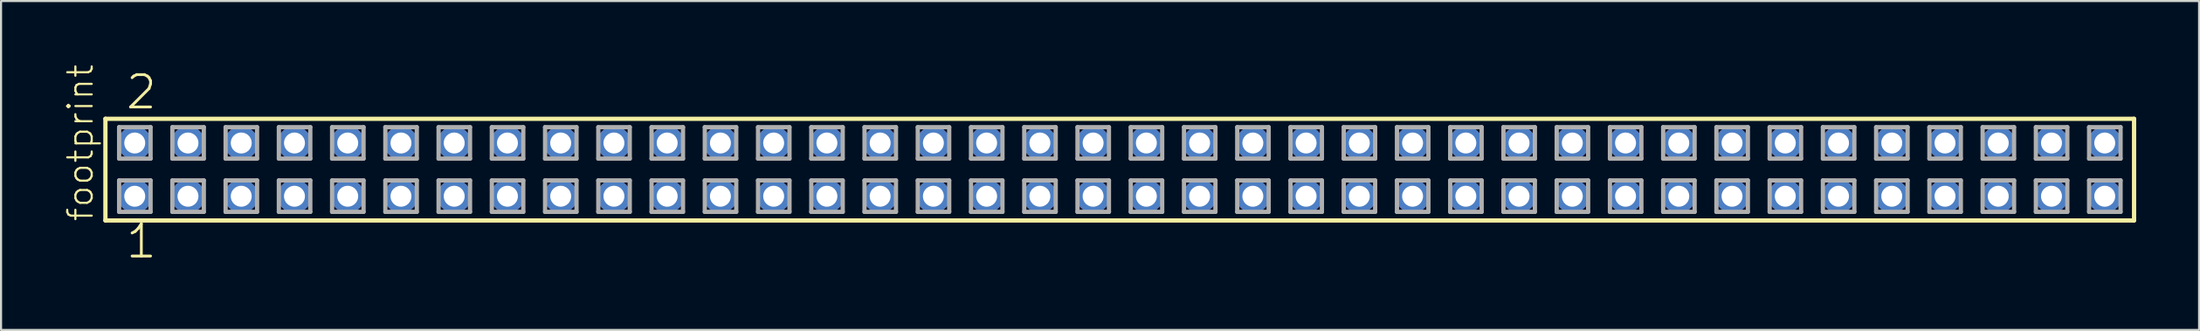
<source format=kicad_pcb>
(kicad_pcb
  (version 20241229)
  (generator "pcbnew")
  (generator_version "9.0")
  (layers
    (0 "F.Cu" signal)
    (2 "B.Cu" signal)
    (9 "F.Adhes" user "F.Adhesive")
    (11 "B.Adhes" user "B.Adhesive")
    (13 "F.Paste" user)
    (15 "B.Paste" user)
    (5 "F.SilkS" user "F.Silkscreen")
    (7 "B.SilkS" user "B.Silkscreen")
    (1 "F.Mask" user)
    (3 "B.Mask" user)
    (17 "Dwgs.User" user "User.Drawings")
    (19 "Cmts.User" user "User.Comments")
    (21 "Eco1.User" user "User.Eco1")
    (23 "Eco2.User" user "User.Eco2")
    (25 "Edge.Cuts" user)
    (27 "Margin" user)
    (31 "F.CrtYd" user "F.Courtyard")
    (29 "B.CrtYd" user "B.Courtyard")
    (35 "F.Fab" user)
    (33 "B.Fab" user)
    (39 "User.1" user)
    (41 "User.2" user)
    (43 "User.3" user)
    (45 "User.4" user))
  (footprint "footprint"
    (layer "F.Cu")
    (at 50.368 5.042)
    (property "Reference" "footprint" (at -48.895 2.54 90) (layer "F.SilkS") (effects (font (size 1.168 1.168) (thickness 0.102)) (justify left bottom)))
    (fp_line (start -48.389 -2.425) (end 48.389 -2.425) (stroke (width 0.203) (type solid)) (layer "F.SilkS"))
    (fp_line (start -48.389 2.425) (end -48.389 -2.425) (stroke (width 0.203) (type solid)) (layer "F.SilkS"))
    (fp_line (start 48.389 -2.425) (end 48.389 2.425) (stroke (width 0.203) (type solid)) (layer "F.SilkS"))
    (fp_line (start 48.389 2.425) (end -48.389 2.425) (stroke (width 0.203) (type solid)) (layer "F.SilkS"))
    (fp_line (start -47.735 -2.025) (end -46.235 -2.025) (stroke (width 0.203) (type solid)) (layer "F.Fab"))
    (fp_line (start -47.735 -0.525) (end -47.735 -2.025) (stroke (width 0.203) (type solid)) (layer "F.Fab"))
    (fp_line (start -47.735 0.515) (end -46.235 0.515) (stroke (width 0.203) (type solid)) (layer "F.Fab"))
    (fp_line (start -47.735 2.015) (end -47.735 0.515) (stroke (width 0.203) (type solid)) (layer "F.Fab"))
    (fp_line (start -46.235 -2.025) (end -46.235 -0.525) (stroke (width 0.203) (type solid)) (layer "F.Fab"))
    (fp_line (start -46.235 -0.525) (end -47.735 -0.525) (stroke (width 0.203) (type solid)) (layer "F.Fab"))
    (fp_line (start -46.235 0.515) (end -46.235 2.015) (stroke (width 0.203) (type solid)) (layer "F.Fab"))
    (fp_line (start -46.235 2.015) (end -47.735 2.015) (stroke (width 0.203) (type solid)) (layer "F.Fab"))
    (fp_line (start -45.195 -2.025) (end -43.695 -2.025) (stroke (width 0.203) (type solid)) (layer "F.Fab"))
    (fp_line (start -45.195 -0.525) (end -45.195 -2.025) (stroke (width 0.203) (type solid)) (layer "F.Fab"))
    (fp_line (start -45.195 0.515) (end -43.695 0.515) (stroke (width 0.203) (type solid)) (layer "F.Fab"))
    (fp_line (start -45.195 2.015) (end -45.195 0.515) (stroke (width 0.203) (type solid)) (layer "F.Fab"))
    (fp_line (start -43.695 -2.025) (end -43.695 -0.525) (stroke (width 0.203) (type solid)) (layer "F.Fab"))
    (fp_line (start -43.695 -0.525) (end -45.195 -0.525) (stroke (width 0.203) (type solid)) (layer "F.Fab"))
    (fp_line (start -43.695 0.515) (end -43.695 2.015) (stroke (width 0.203) (type solid)) (layer "F.Fab"))
    (fp_line (start -43.695 2.015) (end -45.195 2.015) (stroke (width 0.203) (type solid)) (layer "F.Fab"))
    (fp_line (start -42.655 -2.025) (end -41.155 -2.025) (stroke (width 0.203) (type solid)) (layer "F.Fab"))
    (fp_line (start -42.655 -0.525) (end -42.655 -2.025) (stroke (width 0.203) (type solid)) (layer "F.Fab"))
    (fp_line (start -42.655 0.515) (end -41.155 0.515) (stroke (width 0.203) (type solid)) (layer "F.Fab"))
    (fp_line (start -42.655 2.015) (end -42.655 0.515) (stroke (width 0.203) (type solid)) (layer "F.Fab"))
    (fp_line (start -41.155 -2.025) (end -41.155 -0.525) (stroke (width 0.203) (type solid)) (layer "F.Fab"))
    (fp_line (start -41.155 -0.525) (end -42.655 -0.525) (stroke (width 0.203) (type solid)) (layer "F.Fab"))
    (fp_line (start -41.155 0.515) (end -41.155 2.015) (stroke (width 0.203) (type solid)) (layer "F.Fab"))
    (fp_line (start -41.155 2.015) (end -42.655 2.015) (stroke (width 0.203) (type solid)) (layer "F.Fab"))
    (fp_line (start -40.115 -2.025) (end -38.615 -2.025) (stroke (width 0.203) (type solid)) (layer "F.Fab"))
    (fp_line (start -40.115 -0.525) (end -40.115 -2.025) (stroke (width 0.203) (type solid)) (layer "F.Fab"))
    (fp_line (start -40.115 0.515) (end -38.615 0.515) (stroke (width 0.203) (type solid)) (layer "F.Fab"))
    (fp_line (start -40.115 2.015) (end -40.115 0.515) (stroke (width 0.203) (type solid)) (layer "F.Fab"))
    (fp_line (start -38.615 -2.025) (end -38.615 -0.525) (stroke (width 0.203) (type solid)) (layer "F.Fab"))
    (fp_line (start -38.615 -0.525) (end -40.115 -0.525) (stroke (width 0.203) (type solid)) (layer "F.Fab"))
    (fp_line (start -38.615 0.515) (end -38.615 2.015) (stroke (width 0.203) (type solid)) (layer "F.Fab"))
    (fp_line (start -38.615 2.015) (end -40.115 2.015) (stroke (width 0.203) (type solid)) (layer "F.Fab"))
    (fp_line (start -37.575 -2.025) (end -36.075 -2.025) (stroke (width 0.203) (type solid)) (layer "F.Fab"))
    (fp_line (start -37.575 -0.525) (end -37.575 -2.025) (stroke (width 0.203) (type solid)) (layer "F.Fab"))
    (fp_line (start -37.575 0.515) (end -36.075 0.515) (stroke (width 0.203) (type solid)) (layer "F.Fab"))
    (fp_line (start -37.575 2.015) (end -37.575 0.515) (stroke (width 0.203) (type solid)) (layer "F.Fab"))
    (fp_line (start -36.075 -2.025) (end -36.075 -0.525) (stroke (width 0.203) (type solid)) (layer "F.Fab"))
    (fp_line (start -36.075 -0.525) (end -37.575 -0.525) (stroke (width 0.203) (type solid)) (layer "F.Fab"))
    (fp_line (start -36.075 0.515) (end -36.075 2.015) (stroke (width 0.203) (type solid)) (layer "F.Fab"))
    (fp_line (start -36.075 2.015) (end -37.575 2.015) (stroke (width 0.203) (type solid)) (layer "F.Fab"))
    (fp_line (start -35.035 -2.025) (end -33.535 -2.025) (stroke (width 0.203) (type solid)) (layer "F.Fab"))
    (fp_line (start -35.035 -0.525) (end -35.035 -2.025) (stroke (width 0.203) (type solid)) (layer "F.Fab"))
    (fp_line (start -35.035 0.515) (end -33.535 0.515) (stroke (width 0.203) (type solid)) (layer "F.Fab"))
    (fp_line (start -35.035 2.015) (end -35.035 0.515) (stroke (width 0.203) (type solid)) (layer "F.Fab"))
    (fp_line (start -33.535 -2.025) (end -33.535 -0.525) (stroke (width 0.203) (type solid)) (layer "F.Fab"))
    (fp_line (start -33.535 -0.525) (end -35.035 -0.525) (stroke (width 0.203) (type solid)) (layer "F.Fab"))
    (fp_line (start -33.535 0.515) (end -33.535 2.015) (stroke (width 0.203) (type solid)) (layer "F.Fab"))
    (fp_line (start -33.535 2.015) (end -35.035 2.015) (stroke (width 0.203) (type solid)) (layer "F.Fab"))
    (fp_line (start -32.495 -2.025) (end -30.995 -2.025) (stroke (width 0.203) (type solid)) (layer "F.Fab"))
    (fp_line (start -32.495 -0.525) (end -32.495 -2.025) (stroke (width 0.203) (type solid)) (layer "F.Fab"))
    (fp_line (start -32.495 0.515) (end -30.995 0.515) (stroke (width 0.203) (type solid)) (layer "F.Fab"))
    (fp_line (start -32.495 2.015) (end -32.495 0.515) (stroke (width 0.203) (type solid)) (layer "F.Fab"))
    (fp_line (start -30.995 -2.025) (end -30.995 -0.525) (stroke (width 0.203) (type solid)) (layer "F.Fab"))
    (fp_line (start -30.995 -0.525) (end -32.495 -0.525) (stroke (width 0.203) (type solid)) (layer "F.Fab"))
    (fp_line (start -30.995 0.515) (end -30.995 2.015) (stroke (width 0.203) (type solid)) (layer "F.Fab"))
    (fp_line (start -30.995 2.015) (end -32.495 2.015) (stroke (width 0.203) (type solid)) (layer "F.Fab"))
    (fp_line (start -29.955 -2.025) (end -28.455 -2.025) (stroke (width 0.203) (type solid)) (layer "F.Fab"))
    (fp_line (start -29.955 -0.525) (end -29.955 -2.025) (stroke (width 0.203) (type solid)) (layer "F.Fab"))
    (fp_line (start -29.955 0.515) (end -28.455 0.515) (stroke (width 0.203) (type solid)) (layer "F.Fab"))
    (fp_line (start -29.955 2.015) (end -29.955 0.515) (stroke (width 0.203) (type solid)) (layer "F.Fab"))
    (fp_line (start -28.455 -2.025) (end -28.455 -0.525) (stroke (width 0.203) (type solid)) (layer "F.Fab"))
    (fp_line (start -28.455 -0.525) (end -29.955 -0.525) (stroke (width 0.203) (type solid)) (layer "F.Fab"))
    (fp_line (start -28.455 0.515) (end -28.455 2.015) (stroke (width 0.203) (type solid)) (layer "F.Fab"))
    (fp_line (start -28.455 2.015) (end -29.955 2.015) (stroke (width 0.203) (type solid)) (layer "F.Fab"))
    (fp_line (start -27.415 -2.025) (end -25.915 -2.025) (stroke (width 0.203) (type solid)) (layer "F.Fab"))
    (fp_line (start -27.415 -0.525) (end -27.415 -2.025) (stroke (width 0.203) (type solid)) (layer "F.Fab"))
    (fp_line (start -27.415 0.515) (end -25.915 0.515) (stroke (width 0.203) (type solid)) (layer "F.Fab"))
    (fp_line (start -27.415 2.015) (end -27.415 0.515) (stroke (width 0.203) (type solid)) (layer "F.Fab"))
    (fp_line (start -25.915 -2.025) (end -25.915 -0.525) (stroke (width 0.203) (type solid)) (layer "F.Fab"))
    (fp_line (start -25.915 -0.525) (end -27.415 -0.525) (stroke (width 0.203) (type solid)) (layer "F.Fab"))
    (fp_line (start -25.915 0.515) (end -25.915 2.015) (stroke (width 0.203) (type solid)) (layer "F.Fab"))
    (fp_line (start -25.915 2.015) (end -27.415 2.015) (stroke (width 0.203) (type solid)) (layer "F.Fab"))
    (fp_line (start -24.875 -2.025) (end -23.375 -2.025) (stroke (width 0.203) (type solid)) (layer "F.Fab"))
    (fp_line (start -24.875 -0.525) (end -24.875 -2.025) (stroke (width 0.203) (type solid)) (layer "F.Fab"))
    (fp_line (start -24.875 0.515) (end -23.375 0.515) (stroke (width 0.203) (type solid)) (layer "F.Fab"))
    (fp_line (start -24.875 2.015) (end -24.875 0.515) (stroke (width 0.203) (type solid)) (layer "F.Fab"))
    (fp_line (start -23.375 -2.025) (end -23.375 -0.525) (stroke (width 0.203) (type solid)) (layer "F.Fab"))
    (fp_line (start -23.375 -0.525) (end -24.875 -0.525) (stroke (width 0.203) (type solid)) (layer "F.Fab"))
    (fp_line (start -23.375 0.515) (end -23.375 2.015) (stroke (width 0.203) (type solid)) (layer "F.Fab"))
    (fp_line (start -23.375 2.015) (end -24.875 2.015) (stroke (width 0.203) (type solid)) (layer "F.Fab"))
    (fp_line (start -22.335 -2.025) (end -20.835 -2.025) (stroke (width 0.203) (type solid)) (layer "F.Fab"))
    (fp_line (start -22.335 -0.525) (end -22.335 -2.025) (stroke (width 0.203) (type solid)) (layer "F.Fab"))
    (fp_line (start -22.335 0.515) (end -20.835 0.515) (stroke (width 0.203) (type solid)) (layer "F.Fab"))
    (fp_line (start -22.335 2.015) (end -22.335 0.515) (stroke (width 0.203) (type solid)) (layer "F.Fab"))
    (fp_line (start -20.835 -2.025) (end -20.835 -0.525) (stroke (width 0.203) (type solid)) (layer "F.Fab"))
    (fp_line (start -20.835 -0.525) (end -22.335 -0.525) (stroke (width 0.203) (type solid)) (layer "F.Fab"))
    (fp_line (start -20.835 0.515) (end -20.835 2.015) (stroke (width 0.203) (type solid)) (layer "F.Fab"))
    (fp_line (start -20.835 2.015) (end -22.335 2.015) (stroke (width 0.203) (type solid)) (layer "F.Fab"))
    (fp_line (start -19.795 -2.025) (end -18.295 -2.025) (stroke (width 0.203) (type solid)) (layer "F.Fab"))
    (fp_line (start -19.795 -0.525) (end -19.795 -2.025) (stroke (width 0.203) (type solid)) (layer "F.Fab"))
    (fp_line (start -19.795 0.515) (end -18.295 0.515) (stroke (width 0.203) (type solid)) (layer "F.Fab"))
    (fp_line (start -19.795 2.015) (end -19.795 0.515) (stroke (width 0.203) (type solid)) (layer "F.Fab"))
    (fp_line (start -18.295 -2.025) (end -18.295 -0.525) (stroke (width 0.203) (type solid)) (layer "F.Fab"))
    (fp_line (start -18.295 -0.525) (end -19.795 -0.525) (stroke (width 0.203) (type solid)) (layer "F.Fab"))
    (fp_line (start -18.295 0.515) (end -18.295 2.015) (stroke (width 0.203) (type solid)) (layer "F.Fab"))
    (fp_line (start -18.295 2.015) (end -19.795 2.015) (stroke (width 0.203) (type solid)) (layer "F.Fab"))
    (fp_line (start -17.255 -2.025) (end -15.755 -2.025) (stroke (width 0.203) (type solid)) (layer "F.Fab"))
    (fp_line (start -17.255 -0.525) (end -17.255 -2.025) (stroke (width 0.203) (type solid)) (layer "F.Fab"))
    (fp_line (start -17.255 0.515) (end -15.755 0.515) (stroke (width 0.203) (type solid)) (layer "F.Fab"))
    (fp_line (start -17.255 2.015) (end -17.255 0.515) (stroke (width 0.203) (type solid)) (layer "F.Fab"))
    (fp_line (start -15.755 -2.025) (end -15.755 -0.525) (stroke (width 0.203) (type solid)) (layer "F.Fab"))
    (fp_line (start -15.755 -0.525) (end -17.255 -0.525) (stroke (width 0.203) (type solid)) (layer "F.Fab"))
    (fp_line (start -15.755 0.515) (end -15.755 2.015) (stroke (width 0.203) (type solid)) (layer "F.Fab"))
    (fp_line (start -15.755 2.015) (end -17.255 2.015) (stroke (width 0.203) (type solid)) (layer "F.Fab"))
    (fp_line (start -14.715 -2.025) (end -13.215 -2.025) (stroke (width 0.203) (type solid)) (layer "F.Fab"))
    (fp_line (start -14.715 -0.525) (end -14.715 -2.025) (stroke (width 0.203) (type solid)) (layer "F.Fab"))
    (fp_line (start -14.715 0.515) (end -13.215 0.515) (stroke (width 0.203) (type solid)) (layer "F.Fab"))
    (fp_line (start -14.715 2.015) (end -14.715 0.515) (stroke (width 0.203) (type solid)) (layer "F.Fab"))
    (fp_line (start -13.215 -2.025) (end -13.215 -0.525) (stroke (width 0.203) (type solid)) (layer "F.Fab"))
    (fp_line (start -13.215 -0.525) (end -14.715 -0.525) (stroke (width 0.203) (type solid)) (layer "F.Fab"))
    (fp_line (start -13.215 0.515) (end -13.215 2.015) (stroke (width 0.203) (type solid)) (layer "F.Fab"))
    (fp_line (start -13.215 2.015) (end -14.715 2.015) (stroke (width 0.203) (type solid)) (layer "F.Fab"))
    (fp_line (start -12.175 -2.025) (end -10.675 -2.025) (stroke (width 0.203) (type solid)) (layer "F.Fab"))
    (fp_line (start -12.175 -0.525) (end -12.175 -2.025) (stroke (width 0.203) (type solid)) (layer "F.Fab"))
    (fp_line (start -12.175 0.515) (end -10.675 0.515) (stroke (width 0.203) (type solid)) (layer "F.Fab"))
    (fp_line (start -12.175 2.015) (end -12.175 0.515) (stroke (width 0.203) (type solid)) (layer "F.Fab"))
    (fp_line (start -10.675 -2.025) (end -10.675 -0.525) (stroke (width 0.203) (type solid)) (layer "F.Fab"))
    (fp_line (start -10.675 -0.525) (end -12.175 -0.525) (stroke (width 0.203) (type solid)) (layer "F.Fab"))
    (fp_line (start -10.675 0.515) (end -10.675 2.015) (stroke (width 0.203) (type solid)) (layer "F.Fab"))
    (fp_line (start -10.675 2.015) (end -12.175 2.015) (stroke (width 0.203) (type solid)) (layer "F.Fab"))
    (fp_line (start -9.635 -2.025) (end -8.135 -2.025) (stroke (width 0.203) (type solid)) (layer "F.Fab"))
    (fp_line (start -9.635 -0.525) (end -9.635 -2.025) (stroke (width 0.203) (type solid)) (layer "F.Fab"))
    (fp_line (start -9.635 0.515) (end -8.135 0.515) (stroke (width 0.203) (type solid)) (layer "F.Fab"))
    (fp_line (start -9.635 2.015) (end -9.635 0.515) (stroke (width 0.203) (type solid)) (layer "F.Fab"))
    (fp_line (start -8.135 -2.025) (end -8.135 -0.525) (stroke (width 0.203) (type solid)) (layer "F.Fab"))
    (fp_line (start -8.135 -0.525) (end -9.635 -0.525) (stroke (width 0.203) (type solid)) (layer "F.Fab"))
    (fp_line (start -8.135 0.515) (end -8.135 2.015) (stroke (width 0.203) (type solid)) (layer "F.Fab"))
    (fp_line (start -8.135 2.015) (end -9.635 2.015) (stroke (width 0.203) (type solid)) (layer "F.Fab"))
    (fp_line (start -7.095 -2.025) (end -5.595 -2.025) (stroke (width 0.203) (type solid)) (layer "F.Fab"))
    (fp_line (start -7.095 -0.525) (end -7.095 -2.025) (stroke (width 0.203) (type solid)) (layer "F.Fab"))
    (fp_line (start -7.095 0.515) (end -5.595 0.515) (stroke (width 0.203) (type solid)) (layer "F.Fab"))
    (fp_line (start -7.095 2.015) (end -7.095 0.515) (stroke (width 0.203) (type solid)) (layer "F.Fab"))
    (fp_line (start -5.595 -2.025) (end -5.595 -0.525) (stroke (width 0.203) (type solid)) (layer "F.Fab"))
    (fp_line (start -5.595 -0.525) (end -7.095 -0.525) (stroke (width 0.203) (type solid)) (layer "F.Fab"))
    (fp_line (start -5.595 0.515) (end -5.595 2.015) (stroke (width 0.203) (type solid)) (layer "F.Fab"))
    (fp_line (start -5.595 2.015) (end -7.095 2.015) (stroke (width 0.203) (type solid)) (layer "F.Fab"))
    (fp_line (start -4.555 -2.025) (end -3.055 -2.025) (stroke (width 0.203) (type solid)) (layer "F.Fab"))
    (fp_line (start -4.555 -0.525) (end -4.555 -2.025) (stroke (width 0.203) (type solid)) (layer "F.Fab"))
    (fp_line (start -4.555 0.515) (end -3.055 0.515) (stroke (width 0.203) (type solid)) (layer "F.Fab"))
    (fp_line (start -4.555 2.015) (end -4.555 0.515) (stroke (width 0.203) (type solid)) (layer "F.Fab"))
    (fp_line (start -3.055 -2.025) (end -3.055 -0.525) (stroke (width 0.203) (type solid)) (layer "F.Fab"))
    (fp_line (start -3.055 -0.525) (end -4.555 -0.525) (stroke (width 0.203) (type solid)) (layer "F.Fab"))
    (fp_line (start -3.055 0.515) (end -3.055 2.015) (stroke (width 0.203) (type solid)) (layer "F.Fab"))
    (fp_line (start -3.055 2.015) (end -4.555 2.015) (stroke (width 0.203) (type solid)) (layer "F.Fab"))
    (fp_line (start -2.015 -2.025) (end -0.515 -2.025) (stroke (width 0.203) (type solid)) (layer "F.Fab"))
    (fp_line (start -2.015 -0.525) (end -2.015 -2.025) (stroke (width 0.203) (type solid)) (layer "F.Fab"))
    (fp_line (start -2.015 0.515) (end -0.515 0.515) (stroke (width 0.203) (type solid)) (layer "F.Fab"))
    (fp_line (start -2.015 2.015) (end -2.015 0.515) (stroke (width 0.203) (type solid)) (layer "F.Fab"))
    (fp_line (start -0.515 -2.025) (end -0.515 -0.525) (stroke (width 0.203) (type solid)) (layer "F.Fab"))
    (fp_line (start -0.515 -0.525) (end -2.015 -0.525) (stroke (width 0.203) (type solid)) (layer "F.Fab"))
    (fp_line (start -0.515 0.515) (end -0.515 2.015) (stroke (width 0.203) (type solid)) (layer "F.Fab"))
    (fp_line (start -0.515 2.015) (end -2.015 2.015) (stroke (width 0.203) (type solid)) (layer "F.Fab"))
    (fp_line (start 0.525 -2.025) (end 2.025 -2.025) (stroke (width 0.203) (type solid)) (layer "F.Fab"))
    (fp_line (start 0.525 -0.525) (end 0.525 -2.025) (stroke (width 0.203) (type solid)) (layer "F.Fab"))
    (fp_line (start 0.525 0.515) (end 2.025 0.515) (stroke (width 0.203) (type solid)) (layer "F.Fab"))
    (fp_line (start 0.525 2.015) (end 0.525 0.515) (stroke (width 0.203) (type solid)) (layer "F.Fab"))
    (fp_line (start 2.025 -2.025) (end 2.025 -0.525) (stroke (width 0.203) (type solid)) (layer "F.Fab"))
    (fp_line (start 2.025 -0.525) (end 0.525 -0.525) (stroke (width 0.203) (type solid)) (layer "F.Fab"))
    (fp_line (start 2.025 0.515) (end 2.025 2.015) (stroke (width 0.203) (type solid)) (layer "F.Fab"))
    (fp_line (start 2.025 2.015) (end 0.525 2.015) (stroke (width 0.203) (type solid)) (layer "F.Fab"))
    (fp_line (start 3.065 -2.025) (end 4.565 -2.025) (stroke (width 0.203) (type solid)) (layer "F.Fab"))
    (fp_line (start 3.065 -0.525) (end 3.065 -2.025) (stroke (width 0.203) (type solid)) (layer "F.Fab"))
    (fp_line (start 3.065 0.515) (end 4.565 0.515) (stroke (width 0.203) (type solid)) (layer "F.Fab"))
    (fp_line (start 3.065 2.015) (end 3.065 0.515) (stroke (width 0.203) (type solid)) (layer "F.Fab"))
    (fp_line (start 4.565 -2.025) (end 4.565 -0.525) (stroke (width 0.203) (type solid)) (layer "F.Fab"))
    (fp_line (start 4.565 -0.525) (end 3.065 -0.525) (stroke (width 0.203) (type solid)) (layer "F.Fab"))
    (fp_line (start 4.565 0.515) (end 4.565 2.015) (stroke (width 0.203) (type solid)) (layer "F.Fab"))
    (fp_line (start 4.565 2.015) (end 3.065 2.015) (stroke (width 0.203) (type solid)) (layer "F.Fab"))
    (fp_line (start 5.605 -2.025) (end 7.105 -2.025) (stroke (width 0.203) (type solid)) (layer "F.Fab"))
    (fp_line (start 5.605 -0.525) (end 5.605 -2.025) (stroke (width 0.203) (type solid)) (layer "F.Fab"))
    (fp_line (start 5.605 0.515) (end 7.105 0.515) (stroke (width 0.203) (type solid)) (layer "F.Fab"))
    (fp_line (start 5.605 2.015) (end 5.605 0.515) (stroke (width 0.203) (type solid)) (layer "F.Fab"))
    (fp_line (start 7.105 -2.025) (end 7.105 -0.525) (stroke (width 0.203) (type solid)) (layer "F.Fab"))
    (fp_line (start 7.105 -0.525) (end 5.605 -0.525) (stroke (width 0.203) (type solid)) (layer "F.Fab"))
    (fp_line (start 7.105 0.515) (end 7.105 2.015) (stroke (width 0.203) (type solid)) (layer "F.Fab"))
    (fp_line (start 7.105 2.015) (end 5.605 2.015) (stroke (width 0.203) (type solid)) (layer "F.Fab"))
    (fp_line (start 8.145 -2.025) (end 9.645 -2.025) (stroke (width 0.203) (type solid)) (layer "F.Fab"))
    (fp_line (start 8.145 -0.525) (end 8.145 -2.025) (stroke (width 0.203) (type solid)) (layer "F.Fab"))
    (fp_line (start 8.145 0.515) (end 9.645 0.515) (stroke (width 0.203) (type solid)) (layer "F.Fab"))
    (fp_line (start 8.145 2.015) (end 8.145 0.515) (stroke (width 0.203) (type solid)) (layer "F.Fab"))
    (fp_line (start 9.645 -2.025) (end 9.645 -0.525) (stroke (width 0.203) (type solid)) (layer "F.Fab"))
    (fp_line (start 9.645 -0.525) (end 8.145 -0.525) (stroke (width 0.203) (type solid)) (layer "F.Fab"))
    (fp_line (start 9.645 0.515) (end 9.645 2.015) (stroke (width 0.203) (type solid)) (layer "F.Fab"))
    (fp_line (start 9.645 2.015) (end 8.145 2.015) (stroke (width 0.203) (type solid)) (layer "F.Fab"))
    (fp_line (start 10.685 -2.025) (end 12.185 -2.025) (stroke (width 0.203) (type solid)) (layer "F.Fab"))
    (fp_line (start 10.685 -0.525) (end 10.685 -2.025) (stroke (width 0.203) (type solid)) (layer "F.Fab"))
    (fp_line (start 10.685 0.515) (end 12.185 0.515) (stroke (width 0.203) (type solid)) (layer "F.Fab"))
    (fp_line (start 10.685 2.015) (end 10.685 0.515) (stroke (width 0.203) (type solid)) (layer "F.Fab"))
    (fp_line (start 12.185 -2.025) (end 12.185 -0.525) (stroke (width 0.203) (type solid)) (layer "F.Fab"))
    (fp_line (start 12.185 -0.525) (end 10.685 -0.525) (stroke (width 0.203) (type solid)) (layer "F.Fab"))
    (fp_line (start 12.185 0.515) (end 12.185 2.015) (stroke (width 0.203) (type solid)) (layer "F.Fab"))
    (fp_line (start 12.185 2.015) (end 10.685 2.015) (stroke (width 0.203) (type solid)) (layer "F.Fab"))
    (fp_line (start 13.225 -2.025) (end 14.725 -2.025) (stroke (width 0.203) (type solid)) (layer "F.Fab"))
    (fp_line (start 13.225 -0.525) (end 13.225 -2.025) (stroke (width 0.203) (type solid)) (layer "F.Fab"))
    (fp_line (start 13.225 0.515) (end 14.725 0.515) (stroke (width 0.203) (type solid)) (layer "F.Fab"))
    (fp_line (start 13.225 2.015) (end 13.225 0.515) (stroke (width 0.203) (type solid)) (layer "F.Fab"))
    (fp_line (start 14.725 -2.025) (end 14.725 -0.525) (stroke (width 0.203) (type solid)) (layer "F.Fab"))
    (fp_line (start 14.725 -0.525) (end 13.225 -0.525) (stroke (width 0.203) (type solid)) (layer "F.Fab"))
    (fp_line (start 14.725 0.515) (end 14.725 2.015) (stroke (width 0.203) (type solid)) (layer "F.Fab"))
    (fp_line (start 14.725 2.015) (end 13.225 2.015) (stroke (width 0.203) (type solid)) (layer "F.Fab"))
    (fp_line (start 15.765 -2.025) (end 17.265 -2.025) (stroke (width 0.203) (type solid)) (layer "F.Fab"))
    (fp_line (start 15.765 -0.525) (end 15.765 -2.025) (stroke (width 0.203) (type solid)) (layer "F.Fab"))
    (fp_line (start 15.765 0.515) (end 17.265 0.515) (stroke (width 0.203) (type solid)) (layer "F.Fab"))
    (fp_line (start 15.765 2.015) (end 15.765 0.515) (stroke (width 0.203) (type solid)) (layer "F.Fab"))
    (fp_line (start 17.265 -2.025) (end 17.265 -0.525) (stroke (width 0.203) (type solid)) (layer "F.Fab"))
    (fp_line (start 17.265 -0.525) (end 15.765 -0.525) (stroke (width 0.203) (type solid)) (layer "F.Fab"))
    (fp_line (start 17.265 0.515) (end 17.265 2.015) (stroke (width 0.203) (type solid)) (layer "F.Fab"))
    (fp_line (start 17.265 2.015) (end 15.765 2.015) (stroke (width 0.203) (type solid)) (layer "F.Fab"))
    (fp_line (start 18.305 -2.025) (end 19.805 -2.025) (stroke (width 0.203) (type solid)) (layer "F.Fab"))
    (fp_line (start 18.305 -0.525) (end 18.305 -2.025) (stroke (width 0.203) (type solid)) (layer "F.Fab"))
    (fp_line (start 18.305 0.515) (end 19.805 0.515) (stroke (width 0.203) (type solid)) (layer "F.Fab"))
    (fp_line (start 18.305 2.015) (end 18.305 0.515) (stroke (width 0.203) (type solid)) (layer "F.Fab"))
    (fp_line (start 19.805 -2.025) (end 19.805 -0.525) (stroke (width 0.203) (type solid)) (layer "F.Fab"))
    (fp_line (start 19.805 -0.525) (end 18.305 -0.525) (stroke (width 0.203) (type solid)) (layer "F.Fab"))
    (fp_line (start 19.805 0.515) (end 19.805 2.015) (stroke (width 0.203) (type solid)) (layer "F.Fab"))
    (fp_line (start 19.805 2.015) (end 18.305 2.015) (stroke (width 0.203) (type solid)) (layer "F.Fab"))
    (fp_line (start 20.845 -2.025) (end 22.345 -2.025) (stroke (width 0.203) (type solid)) (layer "F.Fab"))
    (fp_line (start 20.845 -0.525) (end 20.845 -2.025) (stroke (width 0.203) (type solid)) (layer "F.Fab"))
    (fp_line (start 20.845 0.515) (end 22.345 0.515) (stroke (width 0.203) (type solid)) (layer "F.Fab"))
    (fp_line (start 20.845 2.015) (end 20.845 0.515) (stroke (width 0.203) (type solid)) (layer "F.Fab"))
    (fp_line (start 22.345 -2.025) (end 22.345 -0.525) (stroke (width 0.203) (type solid)) (layer "F.Fab"))
    (fp_line (start 22.345 -0.525) (end 20.845 -0.525) (stroke (width 0.203) (type solid)) (layer "F.Fab"))
    (fp_line (start 22.345 0.515) (end 22.345 2.015) (stroke (width 0.203) (type solid)) (layer "F.Fab"))
    (fp_line (start 22.345 2.015) (end 20.845 2.015) (stroke (width 0.203) (type solid)) (layer "F.Fab"))
    (fp_line (start 23.385 -2.025) (end 24.885 -2.025) (stroke (width 0.203) (type solid)) (layer "F.Fab"))
    (fp_line (start 23.385 -0.525) (end 23.385 -2.025) (stroke (width 0.203) (type solid)) (layer "F.Fab"))
    (fp_line (start 23.385 0.515) (end 24.885 0.515) (stroke (width 0.203) (type solid)) (layer "F.Fab"))
    (fp_line (start 23.385 2.015) (end 23.385 0.515) (stroke (width 0.203) (type solid)) (layer "F.Fab"))
    (fp_line (start 24.885 -2.025) (end 24.885 -0.525) (stroke (width 0.203) (type solid)) (layer "F.Fab"))
    (fp_line (start 24.885 -0.525) (end 23.385 -0.525) (stroke (width 0.203) (type solid)) (layer "F.Fab"))
    (fp_line (start 24.885 0.515) (end 24.885 2.015) (stroke (width 0.203) (type solid)) (layer "F.Fab"))
    (fp_line (start 24.885 2.015) (end 23.385 2.015) (stroke (width 0.203) (type solid)) (layer "F.Fab"))
    (fp_line (start 25.925 -2.025) (end 27.425 -2.025) (stroke (width 0.203) (type solid)) (layer "F.Fab"))
    (fp_line (start 25.925 -0.525) (end 25.925 -2.025) (stroke (width 0.203) (type solid)) (layer "F.Fab"))
    (fp_line (start 25.925 0.515) (end 27.425 0.515) (stroke (width 0.203) (type solid)) (layer "F.Fab"))
    (fp_line (start 25.925 2.015) (end 25.925 0.515) (stroke (width 0.203) (type solid)) (layer "F.Fab"))
    (fp_line (start 27.425 -2.025) (end 27.425 -0.525) (stroke (width 0.203) (type solid)) (layer "F.Fab"))
    (fp_line (start 27.425 -0.525) (end 25.925 -0.525) (stroke (width 0.203) (type solid)) (layer "F.Fab"))
    (fp_line (start 27.425 0.515) (end 27.425 2.015) (stroke (width 0.203) (type solid)) (layer "F.Fab"))
    (fp_line (start 27.425 2.015) (end 25.925 2.015) (stroke (width 0.203) (type solid)) (layer "F.Fab"))
    (fp_line (start 28.465 -2.025) (end 29.965 -2.025) (stroke (width 0.203) (type solid)) (layer "F.Fab"))
    (fp_line (start 28.465 -0.525) (end 28.465 -2.025) (stroke (width 0.203) (type solid)) (layer "F.Fab"))
    (fp_line (start 28.465 0.515) (end 29.965 0.515) (stroke (width 0.203) (type solid)) (layer "F.Fab"))
    (fp_line (start 28.465 2.015) (end 28.465 0.515) (stroke (width 0.203) (type solid)) (layer "F.Fab"))
    (fp_line (start 29.965 -2.025) (end 29.965 -0.525) (stroke (width 0.203) (type solid)) (layer "F.Fab"))
    (fp_line (start 29.965 -0.525) (end 28.465 -0.525) (stroke (width 0.203) (type solid)) (layer "F.Fab"))
    (fp_line (start 29.965 0.515) (end 29.965 2.015) (stroke (width 0.203) (type solid)) (layer "F.Fab"))
    (fp_line (start 29.965 2.015) (end 28.465 2.015) (stroke (width 0.203) (type solid)) (layer "F.Fab"))
    (fp_line (start 31.005 -2.025) (end 32.505 -2.025) (stroke (width 0.203) (type solid)) (layer "F.Fab"))
    (fp_line (start 31.005 -0.525) (end 31.005 -2.025) (stroke (width 0.203) (type solid)) (layer "F.Fab"))
    (fp_line (start 31.005 0.515) (end 32.505 0.515) (stroke (width 0.203) (type solid)) (layer "F.Fab"))
    (fp_line (start 31.005 2.015) (end 31.005 0.515) (stroke (width 0.203) (type solid)) (layer "F.Fab"))
    (fp_line (start 32.505 -2.025) (end 32.505 -0.525) (stroke (width 0.203) (type solid)) (layer "F.Fab"))
    (fp_line (start 32.505 -0.525) (end 31.005 -0.525) (stroke (width 0.203) (type solid)) (layer "F.Fab"))
    (fp_line (start 32.505 0.515) (end 32.505 2.015) (stroke (width 0.203) (type solid)) (layer "F.Fab"))
    (fp_line (start 32.505 2.015) (end 31.005 2.015) (stroke (width 0.203) (type solid)) (layer "F.Fab"))
    (fp_line (start 33.545 -2.025) (end 35.045 -2.025) (stroke (width 0.203) (type solid)) (layer "F.Fab"))
    (fp_line (start 33.545 -0.525) (end 33.545 -2.025) (stroke (width 0.203) (type solid)) (layer "F.Fab"))
    (fp_line (start 33.545 0.515) (end 35.045 0.515) (stroke (width 0.203) (type solid)) (layer "F.Fab"))
    (fp_line (start 33.545 2.015) (end 33.545 0.515) (stroke (width 0.203) (type solid)) (layer "F.Fab"))
    (fp_line (start 35.045 -2.025) (end 35.045 -0.525) (stroke (width 0.203) (type solid)) (layer "F.Fab"))
    (fp_line (start 35.045 -0.525) (end 33.545 -0.525) (stroke (width 0.203) (type solid)) (layer "F.Fab"))
    (fp_line (start 35.045 0.515) (end 35.045 2.015) (stroke (width 0.203) (type solid)) (layer "F.Fab"))
    (fp_line (start 35.045 2.015) (end 33.545 2.015) (stroke (width 0.203) (type solid)) (layer "F.Fab"))
    (fp_line (start 36.085 -2.025) (end 37.585 -2.025) (stroke (width 0.203) (type solid)) (layer "F.Fab"))
    (fp_line (start 36.085 -0.525) (end 36.085 -2.025) (stroke (width 0.203) (type solid)) (layer "F.Fab"))
    (fp_line (start 36.085 0.515) (end 37.585 0.515) (stroke (width 0.203) (type solid)) (layer "F.Fab"))
    (fp_line (start 36.085 2.015) (end 36.085 0.515) (stroke (width 0.203) (type solid)) (layer "F.Fab"))
    (fp_line (start 37.585 -2.025) (end 37.585 -0.525) (stroke (width 0.203) (type solid)) (layer "F.Fab"))
    (fp_line (start 37.585 -0.525) (end 36.085 -0.525) (stroke (width 0.203) (type solid)) (layer "F.Fab"))
    (fp_line (start 37.585 0.515) (end 37.585 2.015) (stroke (width 0.203) (type solid)) (layer "F.Fab"))
    (fp_line (start 37.585 2.015) (end 36.085 2.015) (stroke (width 0.203) (type solid)) (layer "F.Fab"))
    (fp_line (start 38.625 -2.025) (end 40.125 -2.025) (stroke (width 0.203) (type solid)) (layer "F.Fab"))
    (fp_line (start 38.625 -0.525) (end 38.625 -2.025) (stroke (width 0.203) (type solid)) (layer "F.Fab"))
    (fp_line (start 38.625 0.515) (end 40.125 0.515) (stroke (width 0.203) (type solid)) (layer "F.Fab"))
    (fp_line (start 38.625 2.015) (end 38.625 0.515) (stroke (width 0.203) (type solid)) (layer "F.Fab"))
    (fp_line (start 40.125 -2.025) (end 40.125 -0.525) (stroke (width 0.203) (type solid)) (layer "F.Fab"))
    (fp_line (start 40.125 -0.525) (end 38.625 -0.525) (stroke (width 0.203) (type solid)) (layer "F.Fab"))
    (fp_line (start 40.125 0.515) (end 40.125 2.015) (stroke (width 0.203) (type solid)) (layer "F.Fab"))
    (fp_line (start 40.125 2.015) (end 38.625 2.015) (stroke (width 0.203) (type solid)) (layer "F.Fab"))
    (fp_line (start 41.165 -2.025) (end 42.665 -2.025) (stroke (width 0.203) (type solid)) (layer "F.Fab"))
    (fp_line (start 41.165 -0.525) (end 41.165 -2.025) (stroke (width 0.203) (type solid)) (layer "F.Fab"))
    (fp_line (start 41.165 0.515) (end 42.665 0.515) (stroke (width 0.203) (type solid)) (layer "F.Fab"))
    (fp_line (start 41.165 2.015) (end 41.165 0.515) (stroke (width 0.203) (type solid)) (layer "F.Fab"))
    (fp_line (start 42.665 -2.025) (end 42.665 -0.525) (stroke (width 0.203) (type solid)) (layer "F.Fab"))
    (fp_line (start 42.665 -0.525) (end 41.165 -0.525) (stroke (width 0.203) (type solid)) (layer "F.Fab"))
    (fp_line (start 42.665 0.515) (end 42.665 2.015) (stroke (width 0.203) (type solid)) (layer "F.Fab"))
    (fp_line (start 42.665 2.015) (end 41.165 2.015) (stroke (width 0.203) (type solid)) (layer "F.Fab"))
    (fp_line (start 43.705 -2.025) (end 45.205 -2.025) (stroke (width 0.203) (type solid)) (layer "F.Fab"))
    (fp_line (start 43.705 -0.525) (end 43.705 -2.025) (stroke (width 0.203) (type solid)) (layer "F.Fab"))
    (fp_line (start 43.705 0.515) (end 45.205 0.515) (stroke (width 0.203) (type solid)) (layer "F.Fab"))
    (fp_line (start 43.705 2.015) (end 43.705 0.515) (stroke (width 0.203) (type solid)) (layer "F.Fab"))
    (fp_line (start 45.205 -2.025) (end 45.205 -0.525) (stroke (width 0.203) (type solid)) (layer "F.Fab"))
    (fp_line (start 45.205 -0.525) (end 43.705 -0.525) (stroke (width 0.203) (type solid)) (layer "F.Fab"))
    (fp_line (start 45.205 0.515) (end 45.205 2.015) (stroke (width 0.203) (type solid)) (layer "F.Fab"))
    (fp_line (start 45.205 2.015) (end 43.705 2.015) (stroke (width 0.203) (type solid)) (layer "F.Fab"))
    (fp_line (start 46.245 -2.025) (end 47.745 -2.025) (stroke (width 0.203) (type solid)) (layer "F.Fab"))
    (fp_line (start 46.245 -0.525) (end 46.245 -2.025) (stroke (width 0.203) (type solid)) (layer "F.Fab"))
    (fp_line (start 46.245 0.515) (end 47.745 0.515) (stroke (width 0.203) (type solid)) (layer "F.Fab"))
    (fp_line (start 46.245 2.015) (end 46.245 0.515) (stroke (width 0.203) (type solid)) (layer "F.Fab"))
    (fp_line (start 47.745 -2.025) (end 47.745 -0.525) (stroke (width 0.203) (type solid)) (layer "F.Fab"))
    (fp_line (start 47.745 -0.525) (end 46.245 -0.525) (stroke (width 0.203) (type solid)) (layer "F.Fab"))
    (fp_line (start 47.745 0.515) (end 47.745 2.015) (stroke (width 0.203) (type solid)) (layer "F.Fab"))
    (fp_line (start 47.745 2.015) (end 46.245 2.015) (stroke (width 0.203) (type solid)) (layer "F.Fab"))
    (fp_text user "2" (at -47.498 -2.794 0) (layer "F.SilkS") (effects (font (size 1.542 1.542) (thickness 0.134)) (justify left bottom)))
    (fp_text user "1" (at -47.498 4.318 0) (layer "F.SilkS") (effects (font (size 1.542 1.542) (thickness 0.134)) (justify left bottom)))
    (pad "1" thru_hole roundrect (at -46.99 1.27) (size 1.5 1.5) (drill 1) (layers "*.Cu" "*.Mask") (roundrect_rratio 0.25) (chamfer_ratio 0.25) (chamfer top_left top_right bottom_left bottom_right))
    (pad "2" thru_hole roundrect (at -46.99 -1.27) (size 1.5 1.5) (drill 1) (layers "*.Cu" "*.Mask") (roundrect_rratio 0.25) (chamfer_ratio 0.25) (chamfer top_left top_right bottom_left bottom_right))
    (pad "3" thru_hole roundrect (at -44.45 1.27) (size 1.5 1.5) (drill 1) (layers "*.Cu" "*.Mask") (roundrect_rratio 0.25) (chamfer_ratio 0.25) (chamfer top_left top_right bottom_left bottom_right))
    (pad "4" thru_hole roundrect (at -44.45 -1.27) (size 1.5 1.5) (drill 1) (layers "*.Cu" "*.Mask") (roundrect_rratio 0.25) (chamfer_ratio 0.25) (chamfer top_left top_right bottom_left bottom_right))
    (pad "5" thru_hole roundrect (at -41.91 1.27) (size 1.5 1.5) (drill 1) (layers "*.Cu" "*.Mask") (roundrect_rratio 0.25) (chamfer_ratio 0.25) (chamfer top_left top_right bottom_left bottom_right))
    (pad "6" thru_hole roundrect (at -41.91 -1.27) (size 1.5 1.5) (drill 1) (layers "*.Cu" "*.Mask") (roundrect_rratio 0.25) (chamfer_ratio 0.25) (chamfer top_left top_right bottom_left bottom_right))
    (pad "7" thru_hole roundrect (at -39.37 1.27) (size 1.5 1.5) (drill 1) (layers "*.Cu" "*.Mask") (roundrect_rratio 0.25) (chamfer_ratio 0.25) (chamfer top_left top_right bottom_left bottom_right))
    (pad "8" thru_hole roundrect (at -39.37 -1.27) (size 1.5 1.5) (drill 1) (layers "*.Cu" "*.Mask") (roundrect_rratio 0.25) (chamfer_ratio 0.25) (chamfer top_left top_right bottom_left bottom_right))
    (pad "9" thru_hole roundrect (at -36.83 1.27) (size 1.5 1.5) (drill 1) (layers "*.Cu" "*.Mask") (roundrect_rratio 0.25) (chamfer_ratio 0.25) (chamfer top_left top_right bottom_left bottom_right))
    (pad "10" thru_hole roundrect (at -36.83 -1.27) (size 1.5 1.5) (drill 1) (layers "*.Cu" "*.Mask") (roundrect_rratio 0.25) (chamfer_ratio 0.25) (chamfer top_left top_right bottom_left bottom_right))
    (pad "11" thru_hole roundrect (at -34.29 1.27) (size 1.5 1.5) (drill 1) (layers "*.Cu" "*.Mask") (roundrect_rratio 0.25) (chamfer_ratio 0.25) (chamfer top_left top_right bottom_left bottom_right))
    (pad "12" thru_hole roundrect (at -34.29 -1.27) (size 1.5 1.5) (drill 1) (layers "*.Cu" "*.Mask") (roundrect_rratio 0.25) (chamfer_ratio 0.25) (chamfer top_left top_right bottom_left bottom_right))
    (pad "13" thru_hole roundrect (at -31.75 1.27) (size 1.5 1.5) (drill 1) (layers "*.Cu" "*.Mask") (roundrect_rratio 0.25) (chamfer_ratio 0.25) (chamfer top_left top_right bottom_left bottom_right))
    (pad "14" thru_hole roundrect (at -31.75 -1.27) (size 1.5 1.5) (drill 1) (layers "*.Cu" "*.Mask") (roundrect_rratio 0.25) (chamfer_ratio 0.25) (chamfer top_left top_right bottom_left bottom_right))
    (pad "15" thru_hole roundrect (at -29.21 1.27) (size 1.5 1.5) (drill 1) (layers "*.Cu" "*.Mask") (roundrect_rratio 0.25) (chamfer_ratio 0.25) (chamfer top_left top_right bottom_left bottom_right))
    (pad "16" thru_hole roundrect (at -29.21 -1.27) (size 1.5 1.5) (drill 1) (layers "*.Cu" "*.Mask") (roundrect_rratio 0.25) (chamfer_ratio 0.25) (chamfer top_left top_right bottom_left bottom_right))
    (pad "17" thru_hole roundrect (at -26.67 1.27) (size 1.5 1.5) (drill 1) (layers "*.Cu" "*.Mask") (roundrect_rratio 0.25) (chamfer_ratio 0.25) (chamfer top_left top_right bottom_left bottom_right))
    (pad "18" thru_hole roundrect (at -26.67 -1.27) (size 1.5 1.5) (drill 1) (layers "*.Cu" "*.Mask") (roundrect_rratio 0.25) (chamfer_ratio 0.25) (chamfer top_left top_right bottom_left bottom_right))
    (pad "19" thru_hole roundrect (at -24.13 1.27) (size 1.5 1.5) (drill 1) (layers "*.Cu" "*.Mask") (roundrect_rratio 0.25) (chamfer_ratio 0.25) (chamfer top_left top_right bottom_left bottom_right))
    (pad "20" thru_hole roundrect (at -24.13 -1.27) (size 1.5 1.5) (drill 1) (layers "*.Cu" "*.Mask") (roundrect_rratio 0.25) (chamfer_ratio 0.25) (chamfer top_left top_right bottom_left bottom_right))
    (pad "21" thru_hole roundrect (at -21.59 1.27) (size 1.5 1.5) (drill 1) (layers "*.Cu" "*.Mask") (roundrect_rratio 0.25) (chamfer_ratio 0.25) (chamfer top_left top_right bottom_left bottom_right))
    (pad "22" thru_hole roundrect (at -21.59 -1.27) (size 1.5 1.5) (drill 1) (layers "*.Cu" "*.Mask") (roundrect_rratio 0.25) (chamfer_ratio 0.25) (chamfer top_left top_right bottom_left bottom_right))
    (pad "23" thru_hole roundrect (at -19.05 1.27) (size 1.5 1.5) (drill 1) (layers "*.Cu" "*.Mask") (roundrect_rratio 0.25) (chamfer_ratio 0.25) (chamfer top_left top_right bottom_left bottom_right))
    (pad "24" thru_hole roundrect (at -19.05 -1.27) (size 1.5 1.5) (drill 1) (layers "*.Cu" "*.Mask") (roundrect_rratio 0.25) (chamfer_ratio 0.25) (chamfer top_left top_right bottom_left bottom_right))
    (pad "25" thru_hole roundrect (at -16.51 1.27) (size 1.5 1.5) (drill 1) (layers "*.Cu" "*.Mask") (roundrect_rratio 0.25) (chamfer_ratio 0.25) (chamfer top_left top_right bottom_left bottom_right))
    (pad "26" thru_hole roundrect (at -16.51 -1.27) (size 1.5 1.5) (drill 1) (layers "*.Cu" "*.Mask") (roundrect_rratio 0.25) (chamfer_ratio 0.25) (chamfer top_left top_right bottom_left bottom_right))
    (pad "27" thru_hole roundrect (at -13.97 1.27) (size 1.5 1.5) (drill 1) (layers "*.Cu" "*.Mask") (roundrect_rratio 0.25) (chamfer_ratio 0.25) (chamfer top_left top_right bottom_left bottom_right))
    (pad "28" thru_hole roundrect (at -13.97 -1.27) (size 1.5 1.5) (drill 1) (layers "*.Cu" "*.Mask") (roundrect_rratio 0.25) (chamfer_ratio 0.25) (chamfer top_left top_right bottom_left bottom_right))
    (pad "29" thru_hole roundrect (at -11.43 1.27) (size 1.5 1.5) (drill 1) (layers "*.Cu" "*.Mask") (roundrect_rratio 0.25) (chamfer_ratio 0.25) (chamfer top_left top_right bottom_left bottom_right))
    (pad "30" thru_hole roundrect (at -11.43 -1.27) (size 1.5 1.5) (drill 1) (layers "*.Cu" "*.Mask") (roundrect_rratio 0.25) (chamfer_ratio 0.25) (chamfer top_left top_right bottom_left bottom_right))
    (pad "31" thru_hole roundrect (at -8.89 1.27) (size 1.5 1.5) (drill 1) (layers "*.Cu" "*.Mask") (roundrect_rratio 0.25) (chamfer_ratio 0.25) (chamfer top_left top_right bottom_left bottom_right))
    (pad "32" thru_hole roundrect (at -8.89 -1.27) (size 1.5 1.5) (drill 1) (layers "*.Cu" "*.Mask") (roundrect_rratio 0.25) (chamfer_ratio 0.25) (chamfer top_left top_right bottom_left bottom_right))
    (pad "33" thru_hole roundrect (at -6.35 1.27) (size 1.5 1.5) (drill 1) (layers "*.Cu" "*.Mask") (roundrect_rratio 0.25) (chamfer_ratio 0.25) (chamfer top_left top_right bottom_left bottom_right))
    (pad "34" thru_hole roundrect (at -6.35 -1.27) (size 1.5 1.5) (drill 1) (layers "*.Cu" "*.Mask") (roundrect_rratio 0.25) (chamfer_ratio 0.25) (chamfer top_left top_right bottom_left bottom_right))
    (pad "35" thru_hole roundrect (at -3.81 1.27) (size 1.5 1.5) (drill 1) (layers "*.Cu" "*.Mask") (roundrect_rratio 0.25) (chamfer_ratio 0.25) (chamfer top_left top_right bottom_left bottom_right))
    (pad "36" thru_hole roundrect (at -3.81 -1.27) (size 1.5 1.5) (drill 1) (layers "*.Cu" "*.Mask") (roundrect_rratio 0.25) (chamfer_ratio 0.25) (chamfer top_left top_right bottom_left bottom_right))
    (pad "37" thru_hole roundrect (at -1.27 1.27) (size 1.5 1.5) (drill 1) (layers "*.Cu" "*.Mask") (roundrect_rratio 0.25) (chamfer_ratio 0.25) (chamfer top_left top_right bottom_left bottom_right))
    (pad "38" thru_hole roundrect (at -1.27 -1.27) (size 1.5 1.5) (drill 1) (layers "*.Cu" "*.Mask") (roundrect_rratio 0.25) (chamfer_ratio 0.25) (chamfer top_left top_right bottom_left bottom_right))
    (pad "39" thru_hole roundrect (at 1.27 1.27) (size 1.5 1.5) (drill 1) (layers "*.Cu" "*.Mask") (roundrect_rratio 0.25) (chamfer_ratio 0.25) (chamfer top_left top_right bottom_left bottom_right))
    (pad "40" thru_hole roundrect (at 1.27 -1.27) (size 1.5 1.5) (drill 1) (layers "*.Cu" "*.Mask") (roundrect_rratio 0.25) (chamfer_ratio 0.25) (chamfer top_left top_right bottom_left bottom_right))
    (pad "41" thru_hole roundrect (at 3.81 1.27) (size 1.5 1.5) (drill 1) (layers "*.Cu" "*.Mask") (roundrect_rratio 0.25) (chamfer_ratio 0.25) (chamfer top_left top_right bottom_left bottom_right))
    (pad "42" thru_hole roundrect (at 3.81 -1.27) (size 1.5 1.5) (drill 1) (layers "*.Cu" "*.Mask") (roundrect_rratio 0.25) (chamfer_ratio 0.25) (chamfer top_left top_right bottom_left bottom_right))
    (pad "43" thru_hole roundrect (at 6.35 1.27) (size 1.5 1.5) (drill 1) (layers "*.Cu" "*.Mask") (roundrect_rratio 0.25) (chamfer_ratio 0.25) (chamfer top_left top_right bottom_left bottom_right))
    (pad "44" thru_hole roundrect (at 6.35 -1.27) (size 1.5 1.5) (drill 1) (layers "*.Cu" "*.Mask") (roundrect_rratio 0.25) (chamfer_ratio 0.25) (chamfer top_left top_right bottom_left bottom_right))
    (pad "45" thru_hole roundrect (at 8.89 1.27) (size 1.5 1.5) (drill 1) (layers "*.Cu" "*.Mask") (roundrect_rratio 0.25) (chamfer_ratio 0.25) (chamfer top_left top_right bottom_left bottom_right))
    (pad "46" thru_hole roundrect (at 8.89 -1.27) (size 1.5 1.5) (drill 1) (layers "*.Cu" "*.Mask") (roundrect_rratio 0.25) (chamfer_ratio 0.25) (chamfer top_left top_right bottom_left bottom_right))
    (pad "47" thru_hole roundrect (at 11.43 1.27) (size 1.5 1.5) (drill 1) (layers "*.Cu" "*.Mask") (roundrect_rratio 0.25) (chamfer_ratio 0.25) (chamfer top_left top_right bottom_left bottom_right))
    (pad "48" thru_hole roundrect (at 11.43 -1.27) (size 1.5 1.5) (drill 1) (layers "*.Cu" "*.Mask") (roundrect_rratio 0.25) (chamfer_ratio 0.25) (chamfer top_left top_right bottom_left bottom_right))
    (pad "49" thru_hole roundrect (at 13.97 1.27) (size 1.5 1.5) (drill 1) (layers "*.Cu" "*.Mask") (roundrect_rratio 0.25) (chamfer_ratio 0.25) (chamfer top_left top_right bottom_left bottom_right))
    (pad "50" thru_hole roundrect (at 13.97 -1.27) (size 1.5 1.5) (drill 1) (layers "*.Cu" "*.Mask") (roundrect_rratio 0.25) (chamfer_ratio 0.25) (chamfer top_left top_right bottom_left bottom_right))
    (pad "51" thru_hole roundrect (at 16.51 1.27) (size 1.5 1.5) (drill 1) (layers "*.Cu" "*.Mask") (roundrect_rratio 0.25) (chamfer_ratio 0.25) (chamfer top_left top_right bottom_left bottom_right))
    (pad "52" thru_hole roundrect (at 16.51 -1.27) (size 1.5 1.5) (drill 1) (layers "*.Cu" "*.Mask") (roundrect_rratio 0.25) (chamfer_ratio 0.25) (chamfer top_left top_right bottom_left bottom_right))
    (pad "53" thru_hole roundrect (at 19.05 1.27) (size 1.5 1.5) (drill 1) (layers "*.Cu" "*.Mask") (roundrect_rratio 0.25) (chamfer_ratio 0.25) (chamfer top_left top_right bottom_left bottom_right))
    (pad "54" thru_hole roundrect (at 19.05 -1.27) (size 1.5 1.5) (drill 1) (layers "*.Cu" "*.Mask") (roundrect_rratio 0.25) (chamfer_ratio 0.25) (chamfer top_left top_right bottom_left bottom_right))
    (pad "55" thru_hole roundrect (at 21.59 1.27) (size 1.5 1.5) (drill 1) (layers "*.Cu" "*.Mask") (roundrect_rratio 0.25) (chamfer_ratio 0.25) (chamfer top_left top_right bottom_left bottom_right))
    (pad "56" thru_hole roundrect (at 21.59 -1.27) (size 1.5 1.5) (drill 1) (layers "*.Cu" "*.Mask") (roundrect_rratio 0.25) (chamfer_ratio 0.25) (chamfer top_left top_right bottom_left bottom_right))
    (pad "57" thru_hole roundrect (at 24.13 1.27) (size 1.5 1.5) (drill 1) (layers "*.Cu" "*.Mask") (roundrect_rratio 0.25) (chamfer_ratio 0.25) (chamfer top_left top_right bottom_left bottom_right))
    (pad "58" thru_hole roundrect (at 24.13 -1.27) (size 1.5 1.5) (drill 1) (layers "*.Cu" "*.Mask") (roundrect_rratio 0.25) (chamfer_ratio 0.25) (chamfer top_left top_right bottom_left bottom_right))
    (pad "59" thru_hole roundrect (at 26.67 1.27) (size 1.5 1.5) (drill 1) (layers "*.Cu" "*.Mask") (roundrect_rratio 0.25) (chamfer_ratio 0.25) (chamfer top_left top_right bottom_left bottom_right))
    (pad "60" thru_hole roundrect (at 26.67 -1.27) (size 1.5 1.5) (drill 1) (layers "*.Cu" "*.Mask") (roundrect_rratio 0.25) (chamfer_ratio 0.25) (chamfer top_left top_right bottom_left bottom_right))
    (pad "61" thru_hole roundrect (at 29.21 1.27) (size 1.5 1.5) (drill 1) (layers "*.Cu" "*.Mask") (roundrect_rratio 0.25) (chamfer_ratio 0.25) (chamfer top_left top_right bottom_left bottom_right))
    (pad "62" thru_hole roundrect (at 29.21 -1.27) (size 1.5 1.5) (drill 1) (layers "*.Cu" "*.Mask") (roundrect_rratio 0.25) (chamfer_ratio 0.25) (chamfer top_left top_right bottom_left bottom_right))
    (pad "63" thru_hole roundrect (at 31.75 1.27) (size 1.5 1.5) (drill 1) (layers "*.Cu" "*.Mask") (roundrect_rratio 0.25) (chamfer_ratio 0.25) (chamfer top_left top_right bottom_left bottom_right))
    (pad "64" thru_hole roundrect (at 31.75 -1.27) (size 1.5 1.5) (drill 1) (layers "*.Cu" "*.Mask") (roundrect_rratio 0.25) (chamfer_ratio 0.25) (chamfer top_left top_right bottom_left bottom_right))
    (pad "65" thru_hole roundrect (at 34.29 1.27) (size 1.5 1.5) (drill 1) (layers "*.Cu" "*.Mask") (roundrect_rratio 0.25) (chamfer_ratio 0.25) (chamfer top_left top_right bottom_left bottom_right))
    (pad "66" thru_hole roundrect (at 34.29 -1.27) (size 1.5 1.5) (drill 1) (layers "*.Cu" "*.Mask") (roundrect_rratio 0.25) (chamfer_ratio 0.25) (chamfer top_left top_right bottom_left bottom_right))
    (pad "67" thru_hole roundrect (at 36.83 1.27) (size 1.5 1.5) (drill 1) (layers "*.Cu" "*.Mask") (roundrect_rratio 0.25) (chamfer_ratio 0.25) (chamfer top_left top_right bottom_left bottom_right))
    (pad "68" thru_hole roundrect (at 36.83 -1.27) (size 1.5 1.5) (drill 1) (layers "*.Cu" "*.Mask") (roundrect_rratio 0.25) (chamfer_ratio 0.25) (chamfer top_left top_right bottom_left bottom_right))
    (pad "69" thru_hole roundrect (at 39.37 1.27) (size 1.5 1.5) (drill 1) (layers "*.Cu" "*.Mask") (roundrect_rratio 0.25) (chamfer_ratio 0.25) (chamfer top_left top_right bottom_left bottom_right))
    (pad "70" thru_hole roundrect (at 39.37 -1.27) (size 1.5 1.5) (drill 1) (layers "*.Cu" "*.Mask") (roundrect_rratio 0.25) (chamfer_ratio 0.25) (chamfer top_left top_right bottom_left bottom_right))
    (pad "71" thru_hole roundrect (at 41.91 1.27) (size 1.5 1.5) (drill 1) (layers "*.Cu" "*.Mask") (roundrect_rratio 0.25) (chamfer_ratio 0.25) (chamfer top_left top_right bottom_left bottom_right))
    (pad "72" thru_hole roundrect (at 41.91 -1.27) (size 1.5 1.5) (drill 1) (layers "*.Cu" "*.Mask") (roundrect_rratio 0.25) (chamfer_ratio 0.25) (chamfer top_left top_right bottom_left bottom_right))
    (pad "73" thru_hole roundrect (at 44.45 1.27) (size 1.5 1.5) (drill 1) (layers "*.Cu" "*.Mask") (roundrect_rratio 0.25) (chamfer_ratio 0.25) (chamfer top_left top_right bottom_left bottom_right))
    (pad "74" thru_hole roundrect (at 44.45 -1.27) (size 1.5 1.5) (drill 1) (layers "*.Cu" "*.Mask") (roundrect_rratio 0.25) (chamfer_ratio 0.25) (chamfer top_left top_right bottom_left bottom_right))
    (pad "75" thru_hole roundrect (at 46.99 1.27) (size 1.5 1.5) (drill 1) (layers "*.Cu" "*.Mask") (roundrect_rratio 0.25) (chamfer_ratio 0.25) (chamfer top_left top_right bottom_left bottom_right))
    (pad "76" thru_hole roundrect (at 46.99 -1.27) (size 1.5 1.5) (drill 1) (layers "*.Cu" "*.Mask") (roundrect_rratio 0.25) (chamfer_ratio 0.25) (chamfer top_left top_right bottom_left bottom_right)))
  (gr_rect
    (start -3 -3)
    (end 101.859 12.691)
    (stroke (width 0.1) (type default))
    (fill no)
    (layer "Edge.Cuts")))
</source>
